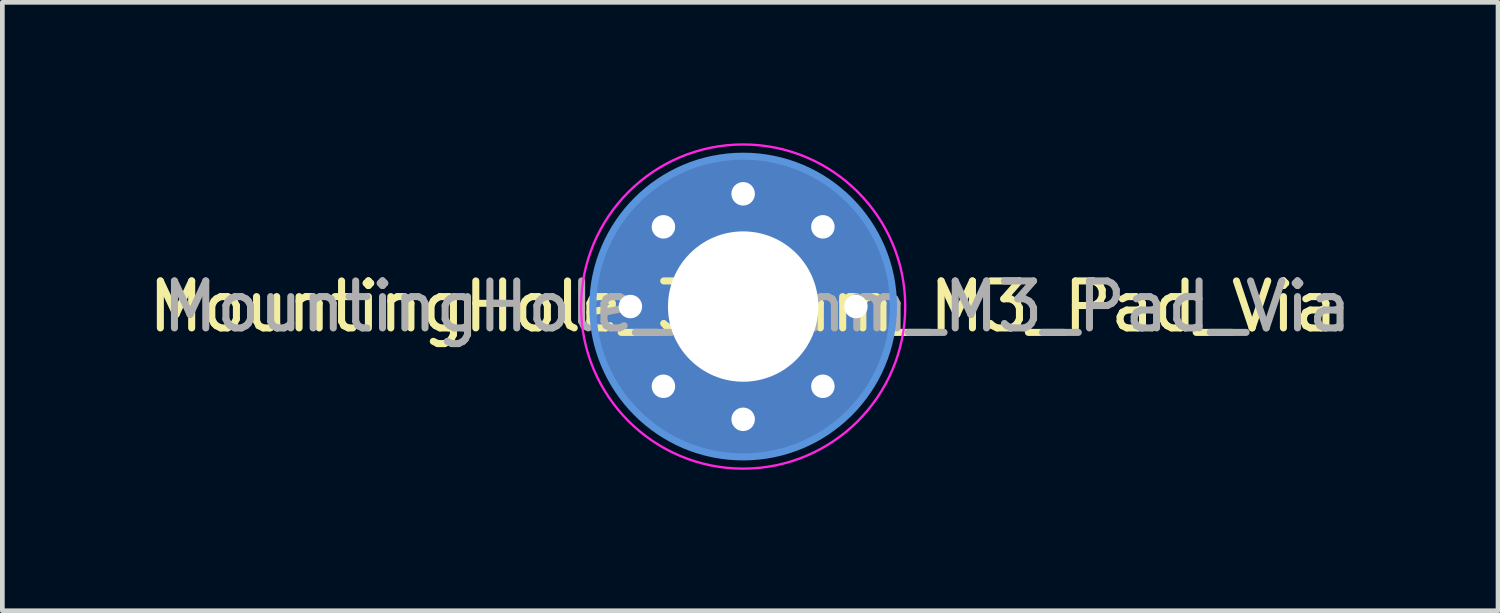
<source format=kicad_pcb>
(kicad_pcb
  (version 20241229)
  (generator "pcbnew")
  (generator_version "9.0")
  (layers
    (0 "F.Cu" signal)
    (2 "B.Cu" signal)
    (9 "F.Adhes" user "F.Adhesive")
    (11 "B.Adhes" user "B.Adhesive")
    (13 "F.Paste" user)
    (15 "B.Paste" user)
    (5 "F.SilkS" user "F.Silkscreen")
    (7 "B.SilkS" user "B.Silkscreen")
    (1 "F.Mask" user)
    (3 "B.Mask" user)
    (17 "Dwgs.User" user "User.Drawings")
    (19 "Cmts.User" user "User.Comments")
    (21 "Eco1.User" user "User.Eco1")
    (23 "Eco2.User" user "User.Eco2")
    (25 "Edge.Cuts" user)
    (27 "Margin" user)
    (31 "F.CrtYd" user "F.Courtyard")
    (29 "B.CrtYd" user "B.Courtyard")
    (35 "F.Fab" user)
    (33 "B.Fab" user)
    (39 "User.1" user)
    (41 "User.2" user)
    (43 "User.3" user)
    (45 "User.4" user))
  (footprint "MountingHole_3.2mm_M3_Pad_Via"
    (layer "F.Cu")
    (at 12.768 3.475)
    (property "Reference" "MountingHole_3.2mm_M3_Pad_Via" (at 0 0 0) (layer "F.SilkS") (effects (font (size 1 1) (thickness 0.15))))
    (attr exclude_from_pos_files exclude_from_bom)
    (fp_circle (center 0 0) (end 3.2 0) (stroke (width 0.15) (type solid)) (fill no) (layer "Cmts.User"))
    (fp_circle (center 0 0) (end 3.45 0) (stroke (width 0.05) (type solid)) (fill no) (layer "F.CrtYd"))
    (fp_text user "${REFERENCE}" (at 0.3 0 0) (layer "F.Fab") (effects (font (size 1 1) (thickness 0.15))))
    (pad "1" thru_hole circle (at -2.4 0) (size 0.8 0.8) (drill 0.5) (layers "*.Cu" "*.Mask"))
    (pad "1" thru_hole circle (at -1.697 -1.697) (size 0.8 0.8) (drill 0.5) (layers "*.Cu" "*.Mask"))
    (pad "1" thru_hole circle (at -1.697 1.697) (size 0.8 0.8) (drill 0.5) (layers "*.Cu" "*.Mask"))
    (pad "1" thru_hole circle (at 0 -2.4) (size 0.8 0.8) (drill 0.5) (layers "*.Cu" "*.Mask"))
    (pad "1" thru_hole circle (at 0 0) (size 6.4 6.4) (drill 3.2) (layers "*.Cu" "*.Mask"))
    (pad "1" thru_hole circle (at 0 2.4) (size 0.8 0.8) (drill 0.5) (layers "*.Cu" "*.Mask"))
    (pad "1" thru_hole circle (at 1.697 -1.697) (size 0.8 0.8) (drill 0.5) (layers "*.Cu" "*.Mask"))
    (pad "1" thru_hole circle (at 1.697 1.697) (size 0.8 0.8) (drill 0.5) (layers "*.Cu" "*.Mask"))
    (pad "1" thru_hole circle (at 2.4 0) (size 0.8 0.8) (drill 0.5) (layers "*.Cu" "*.Mask")))
  (gr_rect
    (start -3 -3)
    (end 28.836 9.95)
    (stroke (width 0.1) (type default))
    (fill no)
    (layer "Edge.Cuts")))
</source>
